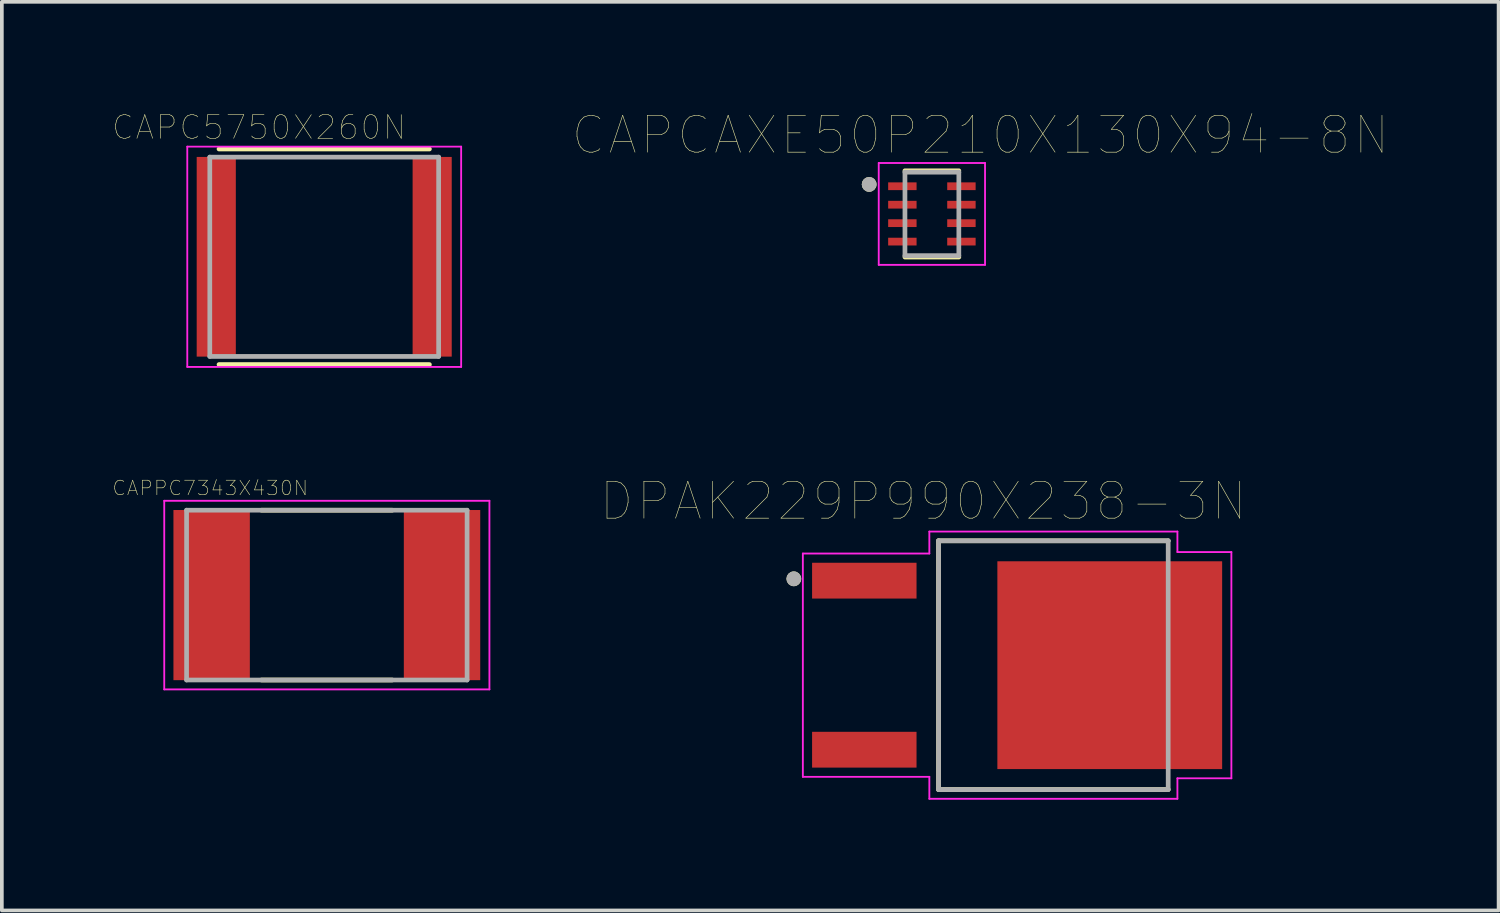
<source format=kicad_pcb>
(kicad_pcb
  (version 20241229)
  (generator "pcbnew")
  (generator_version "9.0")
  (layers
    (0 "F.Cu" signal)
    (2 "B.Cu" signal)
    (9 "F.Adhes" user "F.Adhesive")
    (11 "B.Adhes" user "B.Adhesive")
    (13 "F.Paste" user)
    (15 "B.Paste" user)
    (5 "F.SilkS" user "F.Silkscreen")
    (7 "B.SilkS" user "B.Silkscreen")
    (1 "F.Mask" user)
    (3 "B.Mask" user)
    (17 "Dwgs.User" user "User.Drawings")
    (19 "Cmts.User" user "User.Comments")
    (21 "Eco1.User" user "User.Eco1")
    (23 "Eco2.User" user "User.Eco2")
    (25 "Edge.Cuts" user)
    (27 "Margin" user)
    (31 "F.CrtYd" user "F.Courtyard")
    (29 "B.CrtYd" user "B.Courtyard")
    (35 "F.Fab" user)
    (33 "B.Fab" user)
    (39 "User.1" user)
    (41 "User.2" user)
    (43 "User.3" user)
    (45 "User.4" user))
  (footprint "CAPPC7343X430N"
    (layer "F.Cu")
    (at 5.805 13.073)
    (property "Reference" "CAPPC7343X430N" (at -3.16 -2.9 0) (layer "F.SilkS") (effects (font (size 0.394 0.394) (thickness 0.015))))
    (attr through_hole)
    (fp_line (start -1.77 -2.3) (end 1.77 -2.3) (stroke (width 0.127) (type solid)) (layer "F.SilkS"))
    (fp_line (start -1.77 2.3) (end 1.77 2.3) (stroke (width 0.127) (type solid)) (layer "F.SilkS"))
    (fp_line (start -4.405 -2.555) (end 4.405 -2.555) (stroke (width 0.05) (type solid)) (layer "F.CrtYd"))
    (fp_line (start -4.405 2.555) (end -4.405 -2.555) (stroke (width 0.05) (type solid)) (layer "F.CrtYd"))
    (fp_line (start -4.405 2.555) (end 4.405 2.555) (stroke (width 0.05) (type solid)) (layer "F.CrtYd"))
    (fp_line (start 4.405 2.555) (end 4.405 -2.555) (stroke (width 0.05) (type solid)) (layer "F.CrtYd"))
    (fp_line (start -3.8 2.3) (end -3.8 -2.3) (stroke (width 0.127) (type solid)) (layer "F.Fab"))
    (fp_line (start 3.8 -2.3) (end -3.8 -2.3) (stroke (width 0.127) (type solid)) (layer "F.Fab"))
    (fp_line (start 3.8 2.3) (end -3.8 2.3) (stroke (width 0.127) (type solid)) (layer "F.Fab"))
    (fp_line (start 3.8 2.3) (end 3.8 -2.3) (stroke (width 0.127) (type solid)) (layer "F.Fab"))
    (pad "1" smd rect (at -3.121 0) (size 2.07 4.61) (layers "F.Cu" "F.Mask" "F.Paste"))
    (pad "2" smd rect (at 3.121 0) (size 2.07 4.61) (layers "F.Cu" "F.Mask" "F.Paste")))
  (footprint "DPAK229P990X238-3N"
    (layer "F.Cu")
    (at 24.507 14.972)
    (property "Reference" "DPAK229P990X238-3N" (at -2.54 -4.445 0) (layer "F.SilkS") (effects (font (size 1 1) (thickness 0.015))))
    (attr through_hole)
    (fp_line (start -2.128 -3.37) (end -2.128 3.37) (stroke (width 0.127) (type solid)) (layer "F.SilkS"))
    (fp_line (start -2.128 3.37) (end 4.093 3.37) (stroke (width 0.127) (type solid)) (layer "F.SilkS"))
    (fp_line (start 4.093 -3.37) (end -2.128 -3.37) (stroke (width 0.127) (type solid)) (layer "F.SilkS"))
    (fp_circle (center -6.05 -2.34) (end -5.95 -2.34) (stroke (width 0.2) (type solid)) (fill no) (layer "F.SilkS"))
    (fp_poly (pts (xy -0.175 -2.28) (xy 1.135 -2.28) (xy 1.135 -0.54) (xy -0.175 -0.54)) (stroke (width 0.01) (type solid)) (fill yes) (layer "F.Paste"))
    (fp_poly (pts (xy -0.175 0.54) (xy 1.135 0.54) (xy 1.135 2.28) (xy -0.175 2.28)) (stroke (width 0.01) (type solid)) (fill yes) (layer "F.Paste"))
    (fp_poly (pts (xy 1.855 -2.28) (xy 3.165 -2.28) (xy 3.165 -0.54) (xy 1.855 -0.54)) (stroke (width 0.01) (type solid)) (fill yes) (layer "F.Paste"))
    (fp_poly (pts (xy 1.855 0.54) (xy 3.165 0.54) (xy 3.165 2.28) (xy 1.855 2.28)) (stroke (width 0.01) (type solid)) (fill yes) (layer "F.Paste"))
    (fp_poly (pts (xy 3.885 -2.28) (xy 5.195 -2.28) (xy 5.195 -0.54) (xy 3.885 -0.54)) (stroke (width 0.01) (type solid)) (fill yes) (layer "F.Paste"))
    (fp_poly (pts (xy 3.885 0.54) (xy 5.195 0.54) (xy 5.195 2.28) (xy 3.885 2.28)) (stroke (width 0.01) (type solid)) (fill yes) (layer "F.Paste"))
    (fp_line (start -5.805 -3.025) (end -5.805 3.025) (stroke (width 0.05) (type solid)) (layer "F.CrtYd"))
    (fp_line (start -5.805 3.025) (end -2.378 3.025) (stroke (width 0.05) (type solid)) (layer "F.CrtYd"))
    (fp_line (start -2.378 -3.62) (end -2.378 -3.025) (stroke (width 0.05) (type solid)) (layer "F.CrtYd"))
    (fp_line (start -2.378 -3.025) (end -5.805 -3.025) (stroke (width 0.05) (type solid)) (layer "F.CrtYd"))
    (fp_line (start -2.378 3.025) (end -2.378 3.62) (stroke (width 0.05) (type solid)) (layer "F.CrtYd"))
    (fp_line (start -2.378 3.62) (end 4.343 3.62) (stroke (width 0.05) (type solid)) (layer "F.CrtYd"))
    (fp_line (start 4.343 -3.62) (end -2.378 -3.62) (stroke (width 0.05) (type solid)) (layer "F.CrtYd"))
    (fp_line (start 4.343 -3.065) (end 4.343 -3.62) (stroke (width 0.05) (type solid)) (layer "F.CrtYd"))
    (fp_line (start 4.343 3.065) (end 5.805 3.065) (stroke (width 0.05) (type solid)) (layer "F.CrtYd"))
    (fp_line (start 4.343 3.62) (end 4.343 3.065) (stroke (width 0.05) (type solid)) (layer "F.CrtYd"))
    (fp_line (start 5.805 -3.065) (end 4.343 -3.065) (stroke (width 0.05) (type solid)) (layer "F.CrtYd"))
    (fp_line (start 5.805 3.065) (end 5.805 -3.065) (stroke (width 0.05) (type solid)) (layer "F.CrtYd"))
    (fp_line (start -2.128 -3.37) (end -2.128 3.37) (stroke (width 0.127) (type solid)) (layer "F.Fab"))
    (fp_line (start -2.128 3.37) (end 4.093 3.37) (stroke (width 0.127) (type solid)) (layer "F.Fab"))
    (fp_line (start 4.093 -3.37) (end -2.128 -3.37) (stroke (width 0.127) (type solid)) (layer "F.Fab"))
    (fp_line (start 4.093 3.37) (end 4.093 -3.37) (stroke (width 0.127) (type solid)) (layer "F.Fab"))
    (fp_circle (center -6.05 -2.34) (end -5.95 -2.34) (stroke (width 0.2) (type solid)) (fill no) (layer "F.Fab"))
    (pad "1" smd rect (at -4.14 -2.29) (size 2.83 0.97) (layers "F.Cu" "F.Mask" "F.Paste"))
    (pad "2" smd rect (at 2.51 0) (size 6.09 5.63) (layers "F.Cu" "F.Mask"))
    (pad "3" smd rect (at -4.14 2.29) (size 2.83 0.97) (layers "F.Cu" "F.Mask" "F.Paste")))
  (footprint "CAPC5750X260N"
    (layer "F.Cu")
    (at 5.734 3.907)
    (property "Reference" "CAPC5750X260N" (at -1.768 -3.506 0) (layer "F.SilkS") (effects (font (size 0.64 0.64) (thickness 0.015))))
    (attr through_hole)
    (fp_line (start -2.85 -2.92) (end 2.85 -2.92) (stroke (width 0.127) (type solid)) (layer "F.SilkS"))
    (fp_line (start -2.85 2.92) (end 2.85 2.92) (stroke (width 0.127) (type solid)) (layer "F.SilkS"))
    (fp_line (start -3.71 -2.984) (end 3.71 -2.984) (stroke (width 0.05) (type solid)) (layer "F.CrtYd"))
    (fp_line (start -3.71 2.984) (end -3.71 -2.984) (stroke (width 0.05) (type solid)) (layer "F.CrtYd"))
    (fp_line (start 3.71 -2.984) (end 3.71 2.984) (stroke (width 0.05) (type solid)) (layer "F.CrtYd"))
    (fp_line (start 3.71 2.984) (end -3.71 2.984) (stroke (width 0.05) (type solid)) (layer "F.CrtYd"))
    (fp_line (start -3.1 -2.7) (end 3.1 -2.7) (stroke (width 0.127) (type solid)) (layer "F.Fab"))
    (fp_line (start -3.1 2.7) (end -3.1 -2.7) (stroke (width 0.127) (type solid)) (layer "F.Fab"))
    (fp_line (start 3.1 -2.7) (end 3.1 2.7) (stroke (width 0.127) (type solid)) (layer "F.Fab"))
    (fp_line (start 3.1 2.7) (end -3.1 2.7) (stroke (width 0.127) (type solid)) (layer "F.Fab"))
    (pad "1" smd rect (at -2.925 0) (size 1.06 5.41) (layers "F.Cu" "F.Mask" "F.Paste"))
    (pad "2" smd rect (at 2.925 0) (size 1.06 5.41) (layers "F.Cu" "F.Mask" "F.Paste")))
  (footprint "CAPCAXE50P210X130X94-8N"
    (layer "F.Cu")
    (at 22.198 2.746)
    (property "Reference" "CAPCAXE50P210X130X94-8N" (at 1.313 -2.135 0) (layer "F.SilkS") (effects (font (size 1 1) (thickness 0.015))))
    (attr through_hole)
    (fp_line (start -0.73 -1.169) (end 0.73 -1.169) (stroke (width 0.127) (type solid)) (layer "F.SilkS"))
    (fp_line (start 0.73 1.169) (end -0.73 1.169) (stroke (width 0.127) (type solid)) (layer "F.SilkS"))
    (fp_circle (center -1.7 -0.8) (end -1.6 -0.8) (stroke (width 0.2) (type solid)) (fill no) (layer "F.SilkS"))
    (fp_line (start -1.44 -1.38) (end 1.44 -1.38) (stroke (width 0.05) (type solid)) (layer "F.CrtYd"))
    (fp_line (start -1.44 1.38) (end -1.44 -1.38) (stroke (width 0.05) (type solid)) (layer "F.CrtYd"))
    (fp_line (start 1.44 -1.38) (end 1.44 1.38) (stroke (width 0.05) (type solid)) (layer "F.CrtYd"))
    (fp_line (start 1.44 1.38) (end -1.44 1.38) (stroke (width 0.05) (type solid)) (layer "F.CrtYd"))
    (fp_line (start -0.73 -1.13) (end 0.73 -1.13) (stroke (width 0.127) (type solid)) (layer "F.Fab"))
    (fp_line (start -0.73 1.13) (end -0.73 -1.13) (stroke (width 0.127) (type solid)) (layer "F.Fab"))
    (fp_line (start 0.73 -1.13) (end 0.73 1.13) (stroke (width 0.127) (type solid)) (layer "F.Fab"))
    (fp_line (start 0.73 1.13) (end -0.73 1.13) (stroke (width 0.127) (type solid)) (layer "F.Fab"))
    (fp_circle (center -1.7 -0.8) (end -1.6 -0.8) (stroke (width 0.2) (type solid)) (fill no) (layer "F.Fab"))
    (pad "1" smd rect (at -0.8 -0.75) (size 0.77 0.21) (layers "F.Cu" "F.Mask" "F.Paste"))
    (pad "2" smd rect (at -0.8 -0.25) (size 0.77 0.21) (layers "F.Cu" "F.Mask" "F.Paste"))
    (pad "3" smd rect (at -0.8 0.25) (size 0.77 0.21) (layers "F.Cu" "F.Mask" "F.Paste"))
    (pad "4" smd rect (at -0.8 0.75) (size 0.77 0.21) (layers "F.Cu" "F.Mask" "F.Paste"))
    (pad "5" smd rect (at 0.8 0.75) (size 0.77 0.21) (layers "F.Cu" "F.Mask" "F.Paste"))
    (pad "6" smd rect (at 0.8 0.25) (size 0.77 0.21) (layers "F.Cu" "F.Mask" "F.Paste"))
    (pad "7" smd rect (at 0.8 -0.25) (size 0.77 0.21) (layers "F.Cu" "F.Mask" "F.Paste"))
    (pad "8" smd rect (at 0.8 -0.75) (size 0.77 0.21) (layers "F.Cu" "F.Mask" "F.Paste")))
  (gr_rect
    (start -3 -3)
    (end 37.552 21.617)
    (stroke (width 0.1) (type default))
    (fill no)
    (layer "Edge.Cuts")))
</source>
